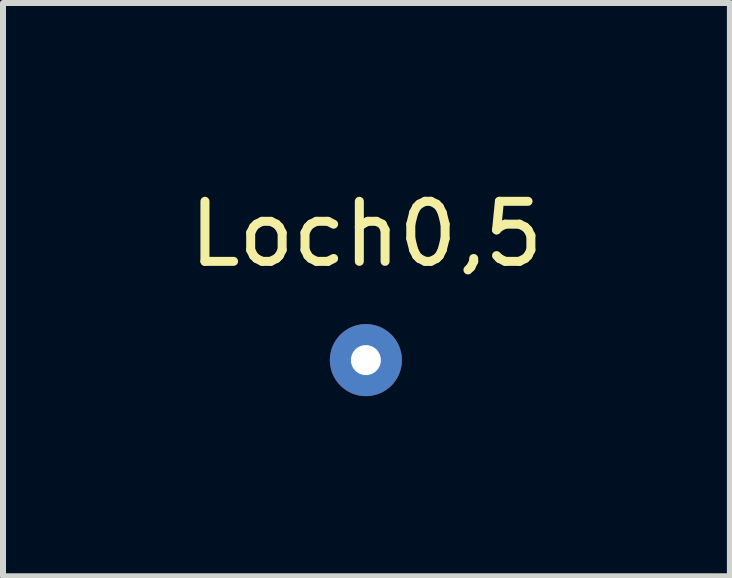
<source format=kicad_pcb>
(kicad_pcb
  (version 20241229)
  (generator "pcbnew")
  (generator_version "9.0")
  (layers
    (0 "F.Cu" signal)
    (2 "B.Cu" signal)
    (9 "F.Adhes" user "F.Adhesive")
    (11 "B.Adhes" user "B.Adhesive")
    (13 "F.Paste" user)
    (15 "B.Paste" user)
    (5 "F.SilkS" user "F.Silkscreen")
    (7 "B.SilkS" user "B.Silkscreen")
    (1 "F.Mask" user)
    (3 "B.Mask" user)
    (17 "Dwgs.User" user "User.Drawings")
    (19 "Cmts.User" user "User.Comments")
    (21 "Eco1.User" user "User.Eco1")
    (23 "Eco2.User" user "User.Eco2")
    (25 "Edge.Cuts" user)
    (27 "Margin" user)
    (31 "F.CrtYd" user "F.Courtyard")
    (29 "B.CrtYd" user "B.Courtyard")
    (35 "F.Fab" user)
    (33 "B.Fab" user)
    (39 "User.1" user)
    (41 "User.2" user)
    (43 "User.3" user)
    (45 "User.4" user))
  (footprint "Loch0,5"
    (layer "F.Cu")
    (at 3.034 2.958)
    (property "Reference" "Loch0,5" (at 0.02 -2.11 0) (layer "F.SilkS") (effects (font (size 1 1) (thickness 0.15))))
    (attr through_hole)
    (pad "1" thru_hole circle (at 0.01 -0.01) (size 1.2 1.2) (drill 0.5) (layers "*.Cu" "*.Mask")))
  (gr_rect
    (start -3 -3)
    (end 9.107 6.548)
    (stroke (width 0.1) (type default))
    (fill no)
    (layer "Edge.Cuts")))
</source>
